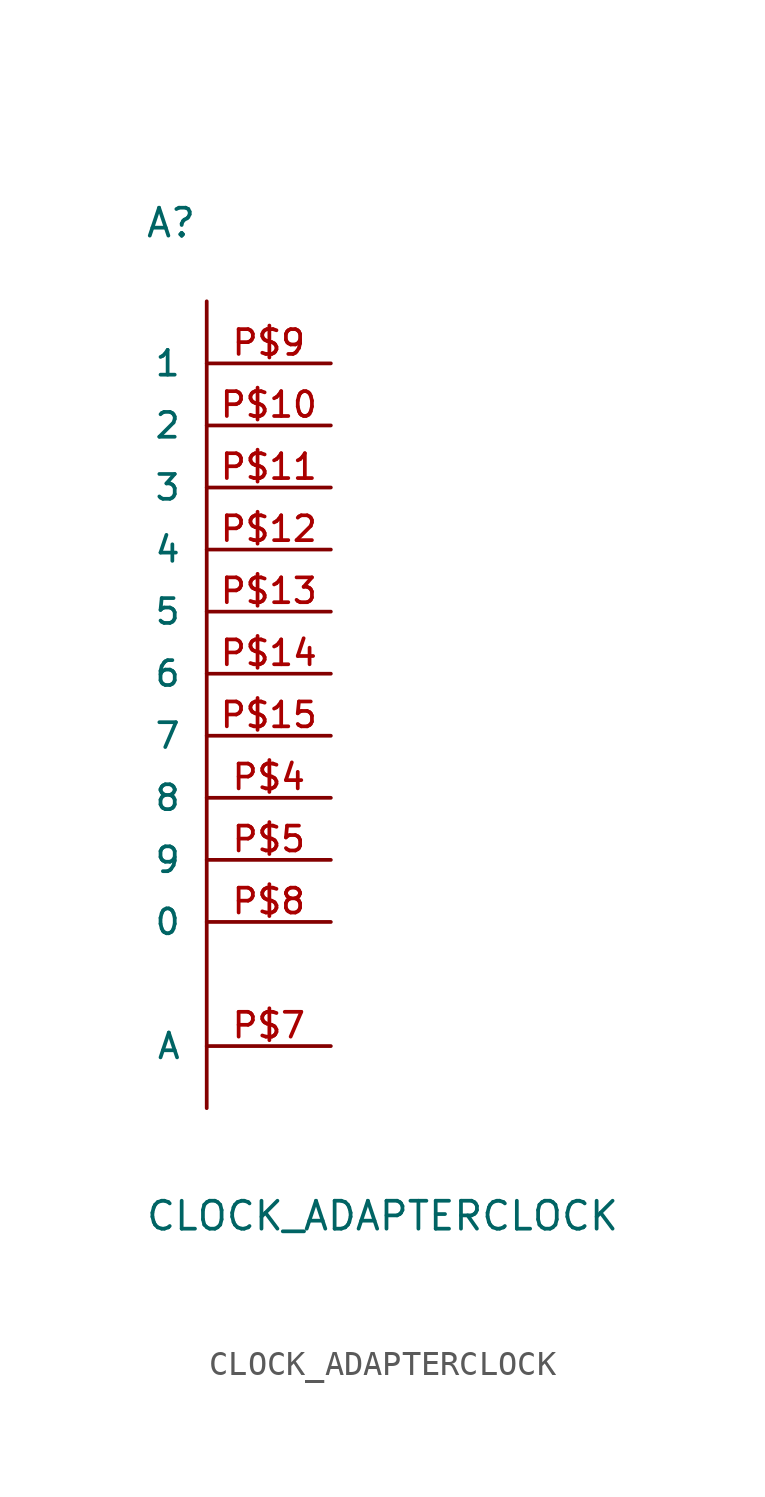
<source format=kicad_sym>
(kicad_symbol_lib
  (version 20220914)
  (generator kicad_symbol_editor)
  (symbol "CLOCK_ADAPTERCLOCK"
    (pin_names
      (offset 1.016))
    (property "Reference" "A"
      (at -2.54 17.78 0)
      (effects (font (size 1.143 1.143)) (justify left bottom)))
    (property "Value" "CLOCK_ADAPTERCLOCK"
      (at -2.54 -22.86 0)
      (effects (font (size 1.143 1.143)) (justify left bottom)))
    (property "ki_locked" ""
      (at 0 0 0)
      (effects (font (size 1.27 1.27))))
    (symbol "CLOCK_ADAPTERCLOCK_1_0"
      (polyline (pts (xy 0 15.24) (xy 0 -17.78)) (stroke (width 0) (type solid)) (fill (type none))))
    (symbol "CLOCK_ADAPTERCLOCK_1_1"
      (pin passive line (at 5.08 10.16 180) (length 5.08) (name "2" (effects (font (size 1.016 1.016)))) (number "P$10" (effects (font (size 1.016 1.016)))))
      (pin passive line (at 5.08 7.62 180) (length 5.08) (name "3" (effects (font (size 1.016 1.016)))) (number "P$11" (effects (font (size 1.016 1.016)))))
      (pin passive line (at 5.08 5.08 180) (length 5.08) (name "4" (effects (font (size 1.016 1.016)))) (number "P$12" (effects (font (size 1.016 1.016)))))
      (pin passive line (at 5.08 2.54 180) (length 5.08) (name "5" (effects (font (size 1.016 1.016)))) (number "P$13" (effects (font (size 1.016 1.016)))))
      (pin passive line (at 5.08 0 180) (length 5.08) (name "6" (effects (font (size 1.016 1.016)))) (number "P$14" (effects (font (size 1.016 1.016)))))
      (pin passive line (at 5.08 -2.54 180) (length 5.08) (name "7" (effects (font (size 1.016 1.016)))) (number "P$15" (effects (font (size 1.016 1.016)))))
      (pin passive line (at 5.08 -5.08 180) (length 5.08) (name "8" (effects (font (size 1.016 1.016)))) (number "P$4" (effects (font (size 1.016 1.016)))))
      (pin passive line (at 5.08 -7.62 180) (length 5.08) (name "9" (effects (font (size 1.016 1.016)))) (number "P$5" (effects (font (size 1.016 1.016)))))
      (pin passive line (at 5.08 -15.24 180) (length 5.08) (name "A" (effects (font (size 1.016 1.016)))) (number "P$7" (effects (font (size 1.016 1.016)))))
      (pin passive line (at 5.08 -10.16 180) (length 5.08) (name "0" (effects (font (size 1.016 1.016)))) (number "P$8" (effects (font (size 1.016 1.016)))))
      (pin passive line (at 5.08 12.7 180) (length 5.08) (name "1" (effects (font (size 1.016 1.016)))) (number "P$9" (effects (font (size 1.016 1.016))))))))
</source>
